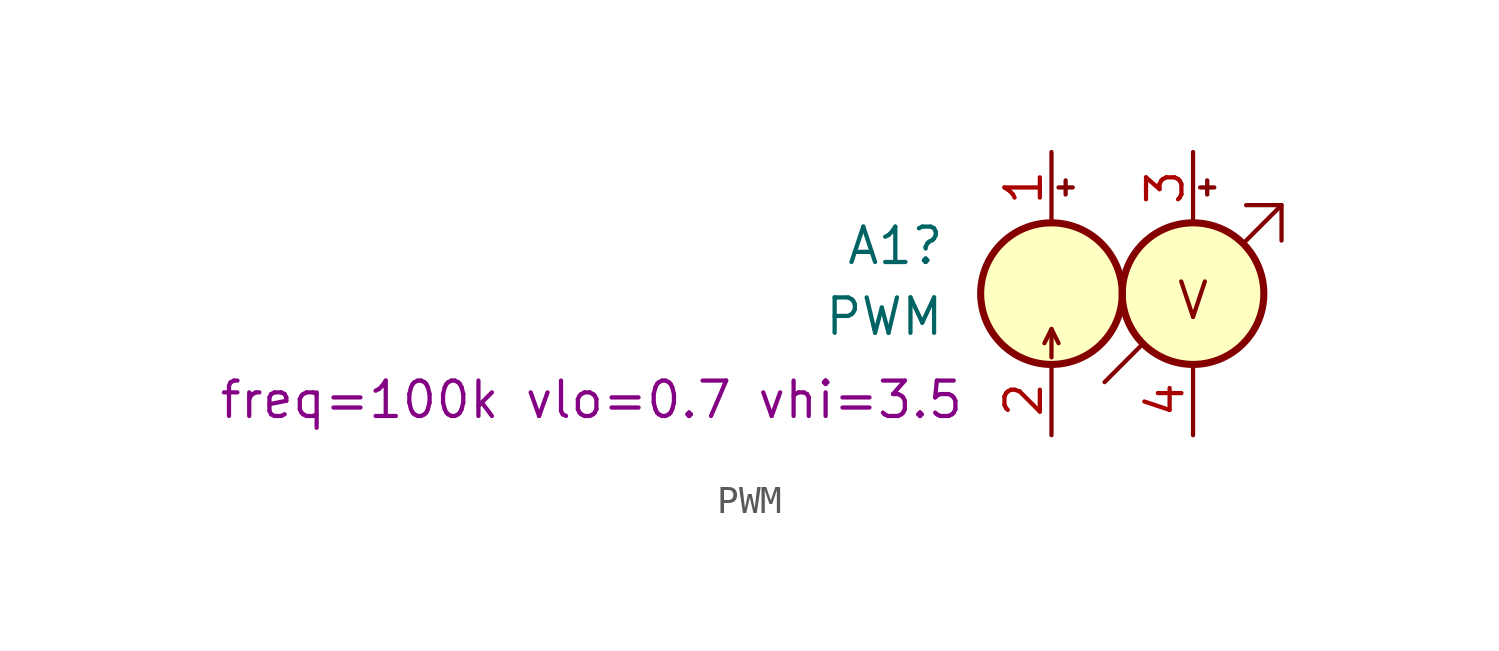
<source format=kicad_sym>
(kicad_symbol_lib
  (version 20230620)
  (generator kicad_symbol_editor)
  (symbol "PWM"
    (pin_names
      (offset 1.016) hide)
    (property "Reference" "A1"
      (at -3.81 1.715 0)
      (effects (font (size 1.27 1.27)) (justify right)))
    (property "Value" "PWM"
      (at -3.81 -0.825 0)
      (effects (font (size 1.27 1.27)) (justify right)))
    (property "Sim.Params" "freq=100k vlo=0.7 vhi=3.5"
      (at -16.51 -3.81 0)
      (effects (font (size 1.27 1.27))))
    (symbol "PWM_0_1"
      (polyline (pts (xy 0 -1.27) (xy 0 -2.286)) (stroke (width 0) (type default)) (fill (type none)))
      (polyline (pts (xy 0.254 -1.778) (xy 0 -1.27) (xy -0.254 -1.778)) (stroke (width 0) (type default)) (fill (type none)))
      (circle (center 0 0) (radius 2.54) (stroke (width 0.254) (type default)) (fill (type background))))
    (symbol "PWM_1_1"
      (polyline (pts (xy 0.254 3.81) (xy 0.762 3.81)) (stroke (width 0) (type default)) (fill (type none)))
      (polyline (pts (xy 0.508 4.064) (xy 0.508 3.556)) (stroke (width 0) (type default)) (fill (type none)))
      (polyline (pts (xy 1.905 -3.175) (xy 3.175 -1.905)) (stroke (width 0) (type default)) (fill (type none)))
      (polyline (pts (xy 5.334 3.81) (xy 5.842 3.81)) (stroke (width 0) (type default)) (fill (type none)))
      (polyline (pts (xy 5.588 4.064) (xy 5.588 3.556)) (stroke (width 0) (type default)) (fill (type none)))
      (polyline (pts (xy 6.985 1.905) (xy 8.255 3.175)) (stroke (width 0) (type default)) (fill (type none)))
      (polyline (pts (xy 6.985 3.175) (xy 8.255 3.175) (xy 8.255 1.905)) (stroke (width 0) (type default)) (fill (type none)))
      (circle (center 5.08 0) (radius 2.54) (stroke (width 0.254) (type default)) (fill (type background)))
      (text "V" (at 5.08 -0.254 0) (effects (font (size 1.27 1.27))))
      (pin input line (at 0 5.08 270) (length 2.54) (name "N+" (effects (font (size 1.27 1.27)))) (number "1" (effects (font (size 1.27 1.27)))))
      (pin input line (at 0 -5.08 90) (length 2.54) (name "N-" (effects (font (size 1.27 1.27)))) (number "2" (effects (font (size 1.27 1.27)))))
      (pin passive line (at 5.08 5.08 270) (length 2.54) (name "C+" (effects (font (size 1.27 1.27)))) (number "3" (effects (font (size 1.27 1.27)))))
      (pin passive line (at 5.08 -5.08 90) (length 2.54) (name "C-" (effects (font (size 1.27 1.27)))) (number "4" (effects (font (size 1.27 1.27))))))))
</source>
